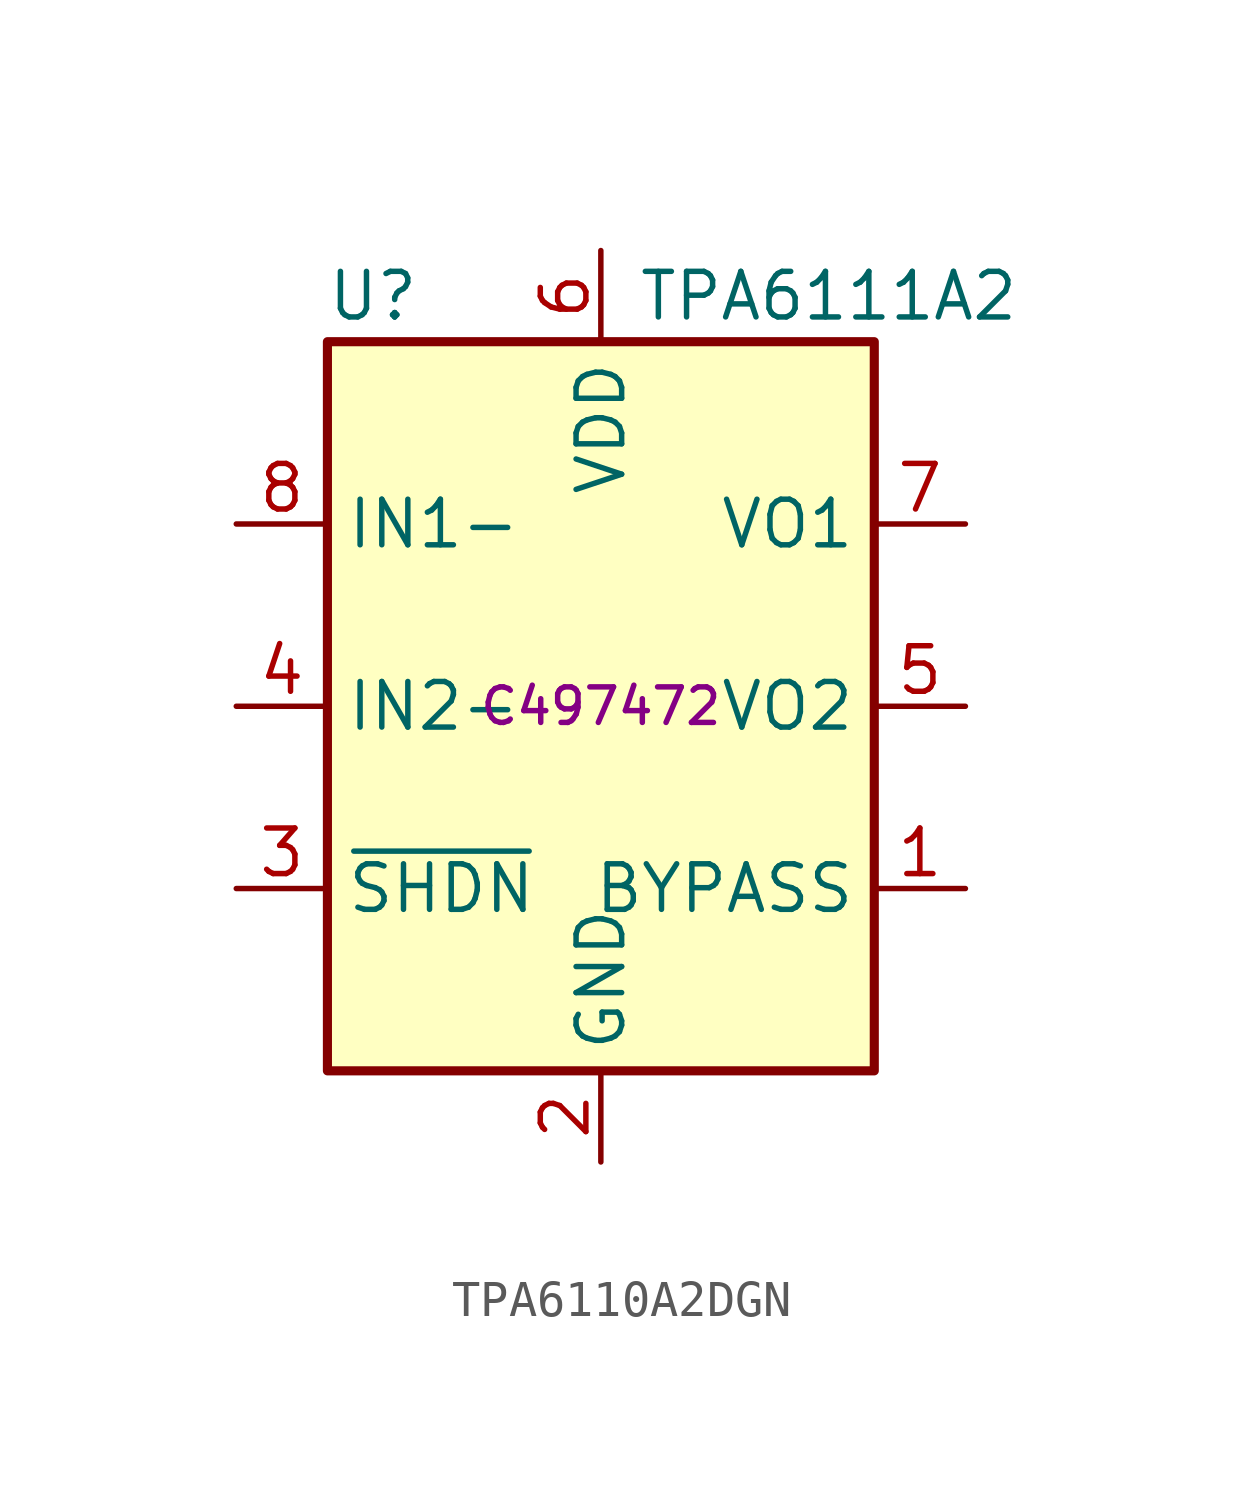
<source format=kicad_sym>
(kicad_symbol_lib
  (version 20231120)
  (generator "kicad_symbol_editor")
  (generator_version "8.0")
  (symbol "TPA6110A2DGN"
    (property "Reference" "U"
      (at -6.35 11.43 0)
      (effects (font (size 1.27 1.27))))
    (property "Value" "TPA6111A2"
      (at 6.35 11.43 0)
      (effects (font (size 1.27 1.27))))
    (property "LCSC" "C497472"
      (at 0 0 0)
      (effects (font (size 0.991 0.991))))
    (symbol "TPA6110A2DGN_0_1"
      (rectangle (start -7.62 10.16) (end 7.62 -10.16) (stroke (width 0.254) (type default)) (fill (type background))))
    (symbol "TPA6110A2DGN_1_1"
      (pin passive line (at 10.16 -5.08 180) (length 2.54) (name "BYPASS" (effects (font (size 1.27 1.27)))) (number "1" (effects (font (size 1.27 1.27)))))
      (pin power_in line (at 0 -12.7 90) (length 2.54) (name "GND" (effects (font (size 1.27 1.27)))) (number "2" (effects (font (size 1.27 1.27)))))
      (pin input line (at -10.16 -5.08 0) (length 2.54) (name "~{SHDN}" (effects (font (size 1.27 1.27)))) (number "3" (effects (font (size 1.27 1.27)))))
      (pin input line (at -10.16 0 0) (length 2.54) (name "IN2-" (effects (font (size 1.27 1.27)))) (number "4" (effects (font (size 1.27 1.27)))))
      (pin output line (at 10.16 0 180) (length 2.54) (name "VO2" (effects (font (size 1.27 1.27)))) (number "5" (effects (font (size 1.27 1.27)))))
      (pin power_in line (at 0 12.7 270) (length 2.54) (name "VDD" (effects (font (size 1.27 1.27)))) (number "6" (effects (font (size 1.27 1.27)))))
      (pin output line (at 10.16 5.08 180) (length 2.54) (name "VO1" (effects (font (size 1.27 1.27)))) (number "7" (effects (font (size 1.27 1.27)))))
      (pin input line (at -10.16 5.08 0) (length 2.54) (name "IN1-" (effects (font (size 1.27 1.27)))) (number "8" (effects (font (size 1.27 1.27)))))
      (pin passive line (at 0 -12.7 90) (length 2.54) hide (name "GND" (effects (font (size 1.27 1.27)))) (number "9" (effects (font (size 1.27 1.27))))))))
</source>
